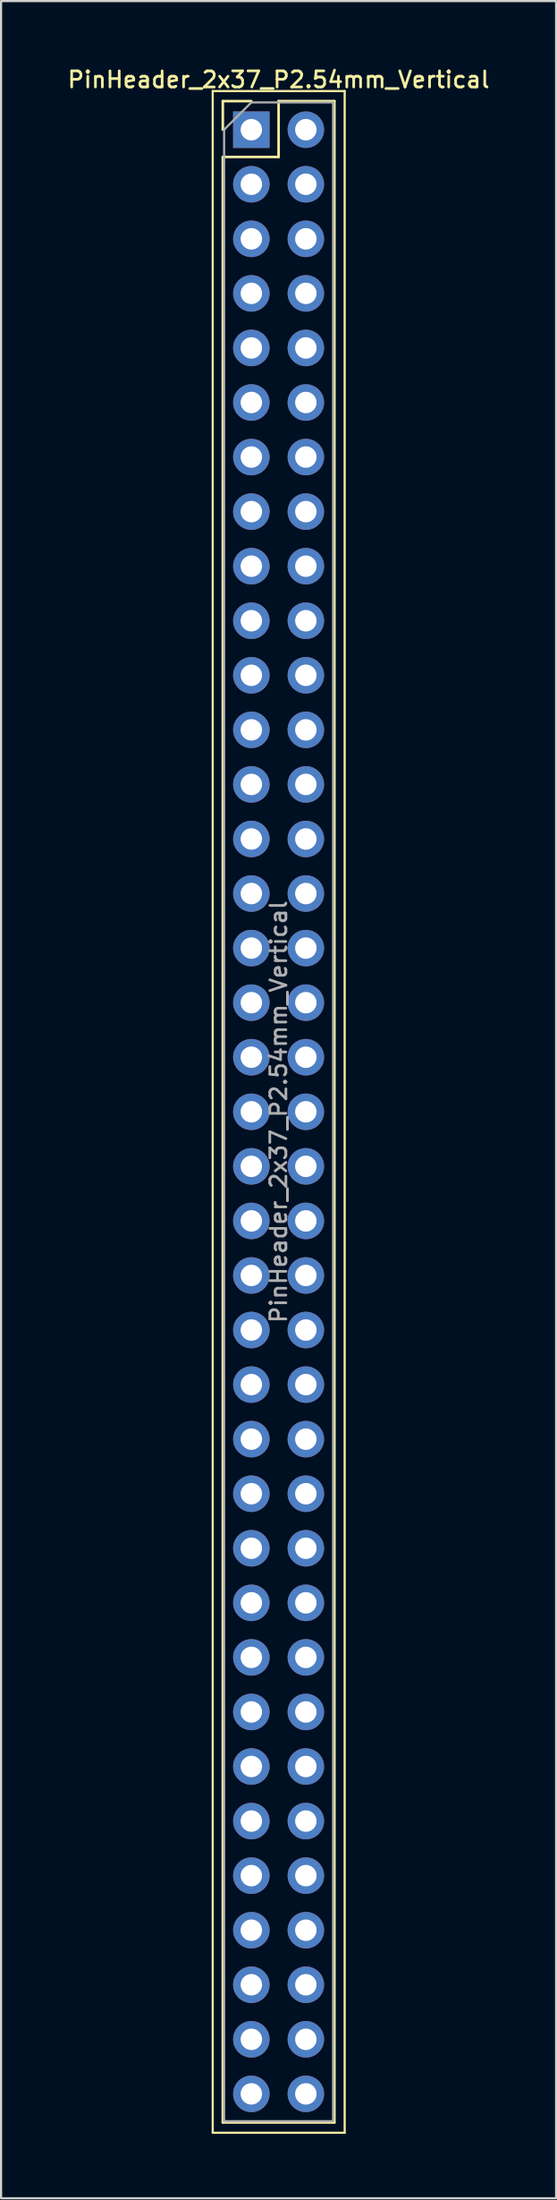
<source format=kicad_pcb>
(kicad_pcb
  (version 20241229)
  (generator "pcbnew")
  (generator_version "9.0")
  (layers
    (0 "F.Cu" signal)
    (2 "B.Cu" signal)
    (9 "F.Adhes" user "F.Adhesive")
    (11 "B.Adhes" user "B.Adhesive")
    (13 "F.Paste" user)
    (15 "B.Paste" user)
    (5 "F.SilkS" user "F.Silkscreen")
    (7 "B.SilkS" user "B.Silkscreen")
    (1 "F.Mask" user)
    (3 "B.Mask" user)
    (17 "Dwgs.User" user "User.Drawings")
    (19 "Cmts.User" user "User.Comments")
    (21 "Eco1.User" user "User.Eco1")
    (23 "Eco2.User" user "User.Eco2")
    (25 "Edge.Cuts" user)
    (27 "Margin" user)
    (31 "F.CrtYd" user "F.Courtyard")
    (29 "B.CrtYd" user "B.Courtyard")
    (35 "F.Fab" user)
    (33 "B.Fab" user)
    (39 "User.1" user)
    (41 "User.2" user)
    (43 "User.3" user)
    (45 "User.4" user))
  (footprint "PinHeader_2x37_P2.54mm_Vertical"
    (layer "F.Cu")
    (at 8.664 2.988)
    (property "Reference" "PinHeader_2x37_P2.54mm_Vertical" (at 1.27 -2.33 0) (layer "F.SilkS") (effects (font (size 0.75 0.75) (thickness 0.125))))
    (attr through_hole)
    (fp_line (start -1.8 -1.8) (end -1.8 93.25) (stroke (width 0.1) (type solid)) (layer "F.SilkS"))
    (fp_line (start -1.8 93.25) (end 4.35 93.25) (stroke (width 0.1) (type solid)) (layer "F.SilkS"))
    (fp_line (start -1.33 -1.33) (end 0 -1.33) (stroke (width 0.12) (type solid)) (layer "F.SilkS"))
    (fp_line (start -1.33 0) (end -1.33 -1.33) (stroke (width 0.12) (type solid)) (layer "F.SilkS"))
    (fp_line (start -1.33 1.27) (end -1.33 92.77) (stroke (width 0.12) (type solid)) (layer "F.SilkS"))
    (fp_line (start -1.33 1.27) (end 1.27 1.27) (stroke (width 0.12) (type solid)) (layer "F.SilkS"))
    (fp_line (start -1.33 92.77) (end 3.87 92.77) (stroke (width 0.12) (type solid)) (layer "F.SilkS"))
    (fp_line (start 1.27 -1.33) (end 3.87 -1.33) (stroke (width 0.12) (type solid)) (layer "F.SilkS"))
    (fp_line (start 1.27 1.27) (end 1.27 -1.33) (stroke (width 0.12) (type solid)) (layer "F.SilkS"))
    (fp_line (start 3.87 -1.33) (end 3.87 92.77) (stroke (width 0.12) (type solid)) (layer "F.SilkS"))
    (fp_line (start 4.35 -1.8) (end -1.8 -1.8) (stroke (width 0.1) (type solid)) (layer "F.SilkS"))
    (fp_line (start 4.35 93.25) (end 4.35 -1.8) (stroke (width 0.1) (type solid)) (layer "F.SilkS"))
    (fp_line (start -1.27 0) (end 0 -1.27) (stroke (width 0.1) (type solid)) (layer "F.Fab"))
    (fp_line (start -1.27 92.71) (end -1.27 0) (stroke (width 0.1) (type solid)) (layer "F.Fab"))
    (fp_line (start 0 -1.27) (end 3.81 -1.27) (stroke (width 0.1) (type solid)) (layer "F.Fab"))
    (fp_line (start 3.81 -1.27) (end 3.81 92.71) (stroke (width 0.1) (type solid)) (layer "F.Fab"))
    (fp_line (start 3.81 92.71) (end -1.27 92.71) (stroke (width 0.1) (type solid)) (layer "F.Fab"))
    (fp_text user "${REFERENCE}" (at 1.27 45.72 90) (layer "F.Fab") (effects (font (size 0.75 0.75) (thickness 0.125))))
    (pad "1" thru_hole rect (at 0 0) (size 1.7 1.7) (drill 1) (layers "*.Cu" "*.Mask"))
    (pad "2" thru_hole oval (at 2.54 0) (size 1.7 1.7) (drill 1) (layers "*.Cu" "*.Mask"))
    (pad "3" thru_hole oval (at 0 2.54) (size 1.7 1.7) (drill 1) (layers "*.Cu" "*.Mask"))
    (pad "4" thru_hole oval (at 2.54 2.54) (size 1.7 1.7) (drill 1) (layers "*.Cu" "*.Mask"))
    (pad "5" thru_hole oval (at 0 5.08) (size 1.7 1.7) (drill 1) (layers "*.Cu" "*.Mask"))
    (pad "6" thru_hole oval (at 2.54 5.08) (size 1.7 1.7) (drill 1) (layers "*.Cu" "*.Mask"))
    (pad "7" thru_hole oval (at 0 7.62) (size 1.7 1.7) (drill 1) (layers "*.Cu" "*.Mask"))
    (pad "8" thru_hole oval (at 2.54 7.62) (size 1.7 1.7) (drill 1) (layers "*.Cu" "*.Mask"))
    (pad "9" thru_hole oval (at 0 10.16) (size 1.7 1.7) (drill 1) (layers "*.Cu" "*.Mask"))
    (pad "10" thru_hole oval (at 2.54 10.16) (size 1.7 1.7) (drill 1) (layers "*.Cu" "*.Mask"))
    (pad "11" thru_hole oval (at 0 12.7) (size 1.7 1.7) (drill 1) (layers "*.Cu" "*.Mask"))
    (pad "12" thru_hole oval (at 2.54 12.7) (size 1.7 1.7) (drill 1) (layers "*.Cu" "*.Mask"))
    (pad "13" thru_hole oval (at 0 15.24) (size 1.7 1.7) (drill 1) (layers "*.Cu" "*.Mask"))
    (pad "14" thru_hole oval (at 2.54 15.24) (size 1.7 1.7) (drill 1) (layers "*.Cu" "*.Mask"))
    (pad "15" thru_hole oval (at 0 17.78) (size 1.7 1.7) (drill 1) (layers "*.Cu" "*.Mask"))
    (pad "16" thru_hole oval (at 2.54 17.78) (size 1.7 1.7) (drill 1) (layers "*.Cu" "*.Mask"))
    (pad "17" thru_hole oval (at 0 20.32) (size 1.7 1.7) (drill 1) (layers "*.Cu" "*.Mask"))
    (pad "18" thru_hole oval (at 2.54 20.32) (size 1.7 1.7) (drill 1) (layers "*.Cu" "*.Mask"))
    (pad "19" thru_hole oval (at 0 22.86) (size 1.7 1.7) (drill 1) (layers "*.Cu" "*.Mask"))
    (pad "20" thru_hole oval (at 2.54 22.86) (size 1.7 1.7) (drill 1) (layers "*.Cu" "*.Mask"))
    (pad "21" thru_hole oval (at 0 25.4) (size 1.7 1.7) (drill 1) (layers "*.Cu" "*.Mask"))
    (pad "22" thru_hole oval (at 2.54 25.4) (size 1.7 1.7) (drill 1) (layers "*.Cu" "*.Mask"))
    (pad "23" thru_hole oval (at 0 27.94) (size 1.7 1.7) (drill 1) (layers "*.Cu" "*.Mask"))
    (pad "24" thru_hole oval (at 2.54 27.94) (size 1.7 1.7) (drill 1) (layers "*.Cu" "*.Mask"))
    (pad "25" thru_hole oval (at 0 30.48) (size 1.7 1.7) (drill 1) (layers "*.Cu" "*.Mask"))
    (pad "26" thru_hole oval (at 2.54 30.48) (size 1.7 1.7) (drill 1) (layers "*.Cu" "*.Mask"))
    (pad "27" thru_hole oval (at 0 33.02) (size 1.7 1.7) (drill 1) (layers "*.Cu" "*.Mask"))
    (pad "28" thru_hole oval (at 2.54 33.02) (size 1.7 1.7) (drill 1) (layers "*.Cu" "*.Mask"))
    (pad "29" thru_hole oval (at 0 35.56) (size 1.7 1.7) (drill 1) (layers "*.Cu" "*.Mask"))
    (pad "30" thru_hole oval (at 2.54 35.56) (size 1.7 1.7) (drill 1) (layers "*.Cu" "*.Mask"))
    (pad "31" thru_hole oval (at 0 38.1) (size 1.7 1.7) (drill 1) (layers "*.Cu" "*.Mask"))
    (pad "32" thru_hole oval (at 2.54 38.1) (size 1.7 1.7) (drill 1) (layers "*.Cu" "*.Mask"))
    (pad "33" thru_hole oval (at 0 40.64) (size 1.7 1.7) (drill 1) (layers "*.Cu" "*.Mask"))
    (pad "34" thru_hole oval (at 2.54 40.64) (size 1.7 1.7) (drill 1) (layers "*.Cu" "*.Mask"))
    (pad "35" thru_hole oval (at 0 43.18) (size 1.7 1.7) (drill 1) (layers "*.Cu" "*.Mask"))
    (pad "36" thru_hole oval (at 2.54 43.18) (size 1.7 1.7) (drill 1) (layers "*.Cu" "*.Mask"))
    (pad "37" thru_hole oval (at 0 45.72) (size 1.7 1.7) (drill 1) (layers "*.Cu" "*.Mask"))
    (pad "38" thru_hole oval (at 2.54 45.72) (size 1.7 1.7) (drill 1) (layers "*.Cu" "*.Mask"))
    (pad "39" thru_hole oval (at 0 48.26) (size 1.7 1.7) (drill 1) (layers "*.Cu" "*.Mask"))
    (pad "40" thru_hole oval (at 2.54 48.26) (size 1.7 1.7) (drill 1) (layers "*.Cu" "*.Mask"))
    (pad "41" thru_hole oval (at 0 50.8) (size 1.7 1.7) (drill 1) (layers "*.Cu" "*.Mask"))
    (pad "42" thru_hole oval (at 2.54 50.8) (size 1.7 1.7) (drill 1) (layers "*.Cu" "*.Mask"))
    (pad "43" thru_hole oval (at 0 53.34) (size 1.7 1.7) (drill 1) (layers "*.Cu" "*.Mask"))
    (pad "44" thru_hole oval (at 2.54 53.34) (size 1.7 1.7) (drill 1) (layers "*.Cu" "*.Mask"))
    (pad "45" thru_hole oval (at 0 55.88) (size 1.7 1.7) (drill 1) (layers "*.Cu" "*.Mask"))
    (pad "46" thru_hole oval (at 2.54 55.88) (size 1.7 1.7) (drill 1) (layers "*.Cu" "*.Mask"))
    (pad "47" thru_hole oval (at 0 58.42) (size 1.7 1.7) (drill 1) (layers "*.Cu" "*.Mask"))
    (pad "48" thru_hole oval (at 2.54 58.42) (size 1.7 1.7) (drill 1) (layers "*.Cu" "*.Mask"))
    (pad "49" thru_hole oval (at 0 60.96) (size 1.7 1.7) (drill 1) (layers "*.Cu" "*.Mask"))
    (pad "50" thru_hole oval (at 2.54 60.96) (size 1.7 1.7) (drill 1) (layers "*.Cu" "*.Mask"))
    (pad "51" thru_hole oval (at 0 63.5) (size 1.7 1.7) (drill 1) (layers "*.Cu" "*.Mask"))
    (pad "52" thru_hole oval (at 2.54 63.5) (size 1.7 1.7) (drill 1) (layers "*.Cu" "*.Mask"))
    (pad "53" thru_hole oval (at 0 66.04) (size 1.7 1.7) (drill 1) (layers "*.Cu" "*.Mask"))
    (pad "54" thru_hole oval (at 2.54 66.04) (size 1.7 1.7) (drill 1) (layers "*.Cu" "*.Mask"))
    (pad "55" thru_hole oval (at 0 68.58) (size 1.7 1.7) (drill 1) (layers "*.Cu" "*.Mask"))
    (pad "56" thru_hole oval (at 2.54 68.58) (size 1.7 1.7) (drill 1) (layers "*.Cu" "*.Mask"))
    (pad "57" thru_hole oval (at 0 71.12) (size 1.7 1.7) (drill 1) (layers "*.Cu" "*.Mask"))
    (pad "58" thru_hole oval (at 2.54 71.12) (size 1.7 1.7) (drill 1) (layers "*.Cu" "*.Mask"))
    (pad "59" thru_hole oval (at 0 73.66) (size 1.7 1.7) (drill 1) (layers "*.Cu" "*.Mask"))
    (pad "60" thru_hole oval (at 2.54 73.66) (size 1.7 1.7) (drill 1) (layers "*.Cu" "*.Mask"))
    (pad "61" thru_hole oval (at 0 76.2) (size 1.7 1.7) (drill 1) (layers "*.Cu" "*.Mask"))
    (pad "62" thru_hole oval (at 2.54 76.2) (size 1.7 1.7) (drill 1) (layers "*.Cu" "*.Mask"))
    (pad "63" thru_hole oval (at 0 78.74) (size 1.7 1.7) (drill 1) (layers "*.Cu" "*.Mask"))
    (pad "64" thru_hole oval (at 2.54 78.74) (size 1.7 1.7) (drill 1) (layers "*.Cu" "*.Mask"))
    (pad "65" thru_hole oval (at 0 81.28) (size 1.7 1.7) (drill 1) (layers "*.Cu" "*.Mask"))
    (pad "66" thru_hole oval (at 2.54 81.28) (size 1.7 1.7) (drill 1) (layers "*.Cu" "*.Mask"))
    (pad "67" thru_hole oval (at 0 83.82) (size 1.7 1.7) (drill 1) (layers "*.Cu" "*.Mask"))
    (pad "68" thru_hole oval (at 2.54 83.82) (size 1.7 1.7) (drill 1) (layers "*.Cu" "*.Mask"))
    (pad "69" thru_hole oval (at 0 86.36) (size 1.7 1.7) (drill 1) (layers "*.Cu" "*.Mask"))
    (pad "70" thru_hole oval (at 2.54 86.36) (size 1.7 1.7) (drill 1) (layers "*.Cu" "*.Mask"))
    (pad "71" thru_hole oval (at 0 88.9) (size 1.7 1.7) (drill 1) (layers "*.Cu" "*.Mask"))
    (pad "72" thru_hole oval (at 2.54 88.9) (size 1.7 1.7) (drill 1) (layers "*.Cu" "*.Mask"))
    (pad "73" thru_hole oval (at 0 91.44) (size 1.7 1.7) (drill 1) (layers "*.Cu" "*.Mask"))
    (pad "74" thru_hole oval (at 2.54 91.44) (size 1.7 1.7) (drill 1) (layers "*.Cu" "*.Mask")))
  (gr_rect
    (start -3 -3)
    (end 22.868 99.288)
    (stroke (width 0.1) (type default))
    (fill no)
    (layer "Edge.Cuts")))
</source>
